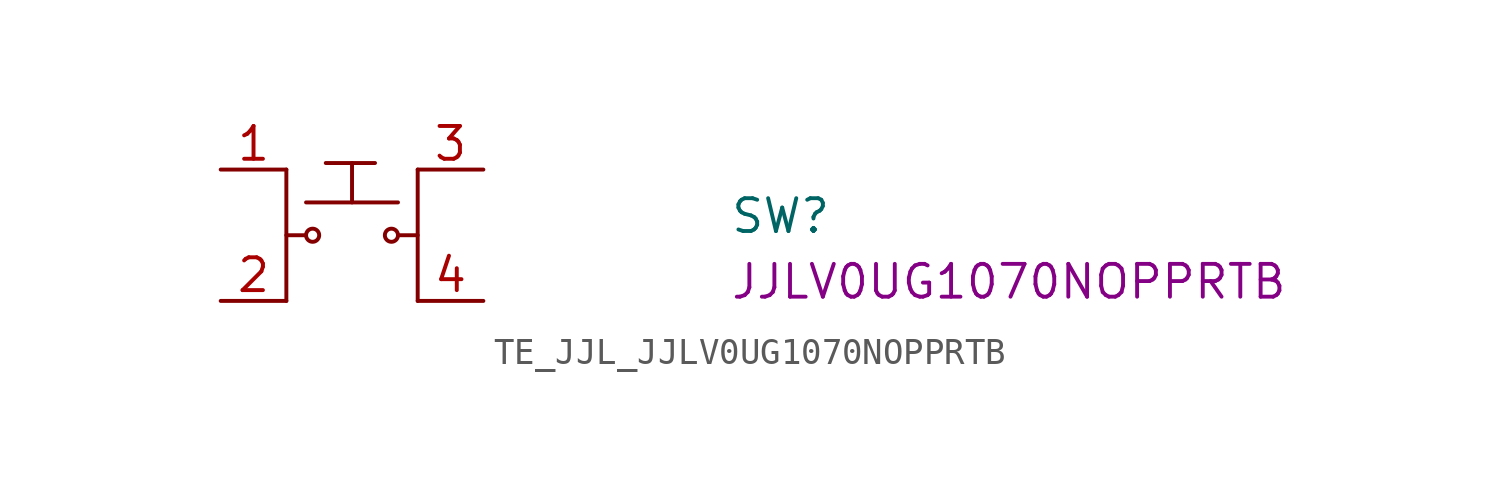
<source format=kicad_sym>
(kicad_symbol_lib
  (version 20220914)
  (generator kicad_symbol_editor)
  (symbol "TE_JJL_JJLV0UG1070NOPPRTB"
    (pin_names hide)
    (property "Reference" "SW"
      (at 19.685 -2.54 0)
      (effects (font (size 1.27 1.27) (thickness 0.15)) (justify left bottom)))
    (property "MPN" "JJLV0UG1070NOPPRTB"
      (at 19.685 -5.08 0)
      (effects (font (size 1.27 1.27) (thickness 0.15)) (justify left bottom)))
    (symbol "TE_JJL_JJLV0UG1070NOPPRTB_1_1"
      (polyline (pts (xy 2.54 0) (xy 2.54 -5.08)) (stroke (width 0) (type default)) (fill (type none)))
      (polyline (pts (xy 3.302 -2.54) (xy 2.54 -2.54)) (stroke (width 0) (type default)) (fill (type none)))
      (polyline (pts (xy 3.302 -1.27) (xy 6.858 -1.27)) (stroke (width 0) (type default)) (fill (type none)))
      (polyline (pts (xy 4.064 0.254) (xy 5.969 0.254)) (stroke (width 0) (type default)) (fill (type none)))
      (polyline (pts (xy 5.08 0.254) (xy 5.08 -1.27)) (stroke (width 0) (type default)) (fill (type none)))
      (polyline (pts (xy 7.62 -5.08) (xy 7.62 0)) (stroke (width 0) (type default)) (fill (type none)))
      (polyline (pts (xy 7.62 -2.54) (xy 6.858 -2.54)) (stroke (width 0) (type default)) (fill (type none)))
      (circle (center 3.556 -2.54) (radius 0.254) (stroke (width 0) (type default)) (fill (type none)))
      (circle (center 6.604 -2.54) (radius 0.254) (stroke (width 0) (type default)) (fill (type none)))
      (pin passive line (at 0 0 0) (length 2.54) (name "1" (effects (font (size 1.27 1.27)))) (number "1" (effects (font (size 1.27 1.27)))))
      (pin passive line (at 0 -5.08 0) (length 2.54) (name "2" (effects (font (size 1.27 1.27)))) (number "2" (effects (font (size 1.27 1.27)))))
      (pin passive line (at 10.16 0 180) (length 2.54) (name "3" (effects (font (size 1.27 1.27)))) (number "3" (effects (font (size 1.27 1.27)))))
      (pin passive line (at 10.16 -5.08 180) (length 2.54) (name "4" (effects (font (size 1.27 1.27)))) (number "4" (effects (font (size 1.27 1.27))))))))
</source>
